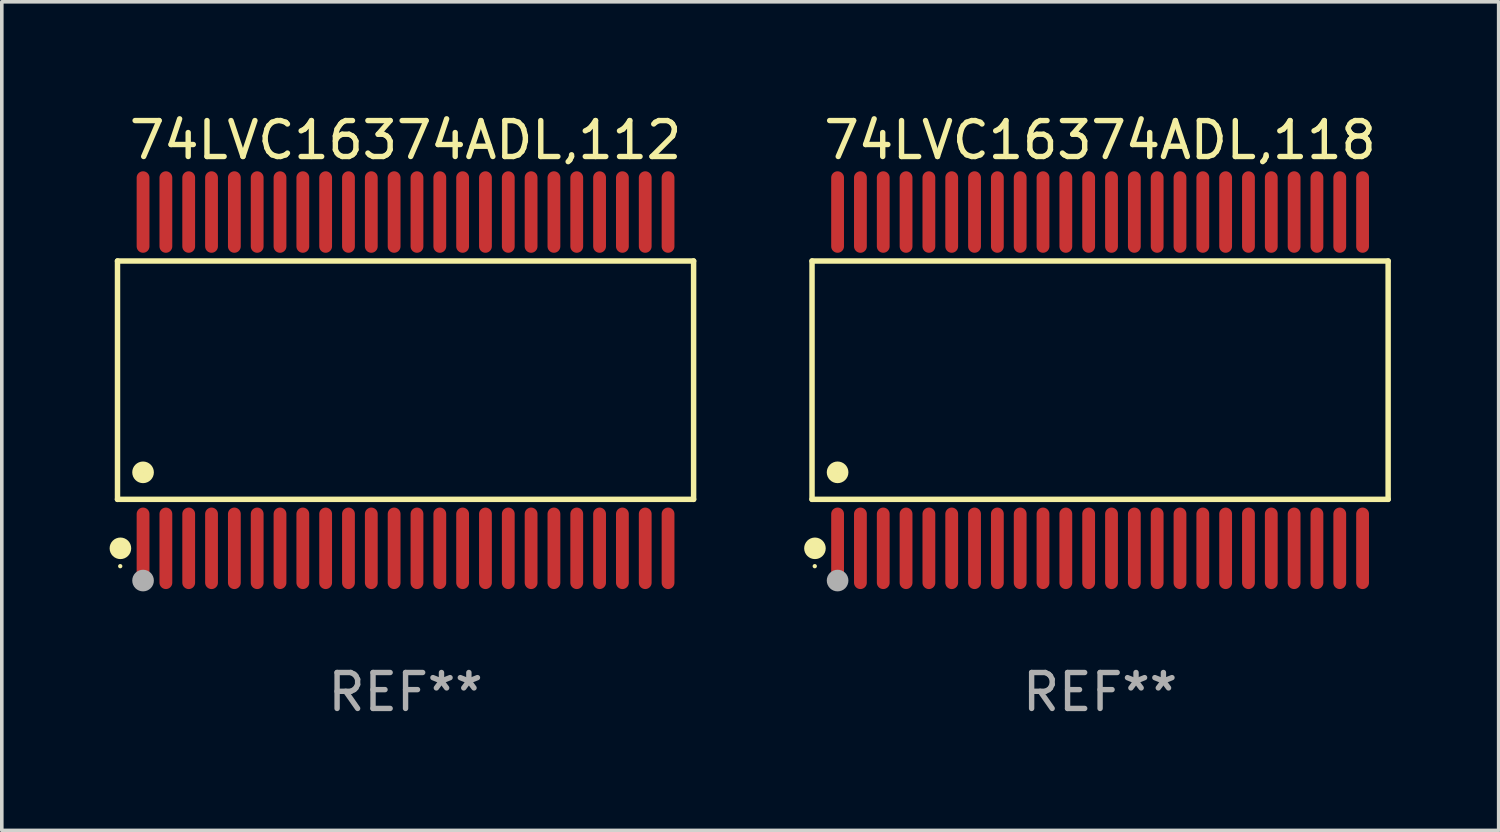
<source format=kicad_pcb>
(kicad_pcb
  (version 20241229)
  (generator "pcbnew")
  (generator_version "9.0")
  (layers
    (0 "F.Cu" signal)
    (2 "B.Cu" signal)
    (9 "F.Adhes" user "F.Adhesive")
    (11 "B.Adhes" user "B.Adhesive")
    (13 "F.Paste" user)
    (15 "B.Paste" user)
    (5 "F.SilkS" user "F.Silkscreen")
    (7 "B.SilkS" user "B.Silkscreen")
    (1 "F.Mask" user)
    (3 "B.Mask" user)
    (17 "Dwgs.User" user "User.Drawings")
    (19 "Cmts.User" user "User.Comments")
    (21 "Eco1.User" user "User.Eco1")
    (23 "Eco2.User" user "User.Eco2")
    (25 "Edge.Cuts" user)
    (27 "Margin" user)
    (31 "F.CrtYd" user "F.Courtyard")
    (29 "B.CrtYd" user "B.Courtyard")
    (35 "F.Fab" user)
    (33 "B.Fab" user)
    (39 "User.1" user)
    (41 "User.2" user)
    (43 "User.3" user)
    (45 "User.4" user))
  (footprint "74LVC16374ADL,118"
    (layer "F.Cu")
    (at 27.556 7.527)
    (property "Reference" "74LVC16374ADL,118" (at 0 -6.678 0) (layer "F.SilkS") (effects (font (size 1 1) (thickness 0.15))))
    (attr through_hole)
    (fp_line (start -8.014 -3.316) (end 8.014 -3.316) (stroke (width 0.152) (type solid)) (layer "F.SilkS"))
    (fp_line (start -8.014 3.316) (end -8.014 -3.316) (stroke (width 0.152) (type solid)) (layer "F.SilkS"))
    (fp_line (start 8.014 -3.316) (end 8.014 3.316) (stroke (width 0.152) (type solid)) (layer "F.SilkS"))
    (fp_line (start 8.014 3.316) (end -8.014 3.316) (stroke (width 0.152) (type solid)) (layer "F.SilkS"))
    (fp_circle (center -7.938 5.175) (end -7.908 5.175) (stroke (width 0.06) (type solid)) (fill no) (layer "F.SilkS"))
    (fp_circle (center -7.933 4.678) (end -7.783 4.678) (stroke (width 0.3) (type solid)) (fill no) (layer "F.SilkS"))
    (fp_circle (center -7.303 2.564) (end -7.152 2.564) (stroke (width 0.3) (type solid)) (fill no) (layer "F.SilkS"))
    (fp_circle (center -7.303 5.575) (end -7.152 5.575) (stroke (width 0.3) (type solid)) (fill no) (layer "F.Fab"))
    (fp_text user "REF**" (at 0 8.678 0) (layer "F.Fab") (effects (font (size 1 1) (thickness 0.15))))
    (pad "1" smd oval (at -7.303 4.678) (size 0.356 2.267) (layers "F.Cu" "F.Mask" "F.Paste"))
    (pad "2" smd oval (at -6.668 4.678) (size 0.356 2.267) (layers "F.Cu" "F.Mask" "F.Paste"))
    (pad "3" smd oval (at -6.033 4.678) (size 0.356 2.267) (layers "F.Cu" "F.Mask" "F.Paste"))
    (pad "4" smd oval (at -5.398 4.678) (size 0.356 2.267) (layers "F.Cu" "F.Mask" "F.Paste"))
    (pad "5" smd oval (at -4.763 4.678) (size 0.356 2.267) (layers "F.Cu" "F.Mask" "F.Paste"))
    (pad "6" smd oval (at -4.128 4.678) (size 0.356 2.267) (layers "F.Cu" "F.Mask" "F.Paste"))
    (pad "7" smd oval (at -3.493 4.678) (size 0.356 2.267) (layers "F.Cu" "F.Mask" "F.Paste"))
    (pad "8" smd oval (at -2.858 4.678) (size 0.356 2.267) (layers "F.Cu" "F.Mask" "F.Paste"))
    (pad "9" smd oval (at -2.223 4.678) (size 0.356 2.267) (layers "F.Cu" "F.Mask" "F.Paste"))
    (pad "10" smd oval (at -1.588 4.678) (size 0.356 2.267) (layers "F.Cu" "F.Mask" "F.Paste"))
    (pad "11" smd oval (at -0.953 4.678) (size 0.356 2.267) (layers "F.Cu" "F.Mask" "F.Paste"))
    (pad "12" smd oval (at -0.318 4.678) (size 0.356 2.267) (layers "F.Cu" "F.Mask" "F.Paste"))
    (pad "13" smd oval (at 0.318 4.678) (size 0.356 2.267) (layers "F.Cu" "F.Mask" "F.Paste"))
    (pad "14" smd oval (at 0.953 4.678) (size 0.356 2.267) (layers "F.Cu" "F.Mask" "F.Paste"))
    (pad "15" smd oval (at 1.588 4.678) (size 0.356 2.267) (layers "F.Cu" "F.Mask" "F.Paste"))
    (pad "16" smd oval (at 2.223 4.678) (size 0.356 2.267) (layers "F.Cu" "F.Mask" "F.Paste"))
    (pad "17" smd oval (at 2.858 4.678) (size 0.356 2.267) (layers "F.Cu" "F.Mask" "F.Paste"))
    (pad "18" smd oval (at 3.493 4.678) (size 0.356 2.267) (layers "F.Cu" "F.Mask" "F.Paste"))
    (pad "19" smd oval (at 4.128 4.678) (size 0.356 2.267) (layers "F.Cu" "F.Mask" "F.Paste"))
    (pad "20" smd oval (at 4.763 4.678) (size 0.356 2.267) (layers "F.Cu" "F.Mask" "F.Paste"))
    (pad "21" smd oval (at 5.398 4.678) (size 0.356 2.267) (layers "F.Cu" "F.Mask" "F.Paste"))
    (pad "22" smd oval (at 6.033 4.678) (size 0.356 2.267) (layers "F.Cu" "F.Mask" "F.Paste"))
    (pad "23" smd oval (at 6.668 4.678) (size 0.356 2.267) (layers "F.Cu" "F.Mask" "F.Paste"))
    (pad "24" smd oval (at 7.303 4.678) (size 0.356 2.267) (layers "F.Cu" "F.Mask" "F.Paste"))
    (pad "25" smd oval (at 7.303 -4.678) (size 0.356 2.267) (layers "F.Cu" "F.Mask" "F.Paste"))
    (pad "26" smd oval (at 6.668 -4.678) (size 0.356 2.267) (layers "F.Cu" "F.Mask" "F.Paste"))
    (pad "27" smd oval (at 6.033 -4.678) (size 0.356 2.267) (layers "F.Cu" "F.Mask" "F.Paste"))
    (pad "28" smd oval (at 5.398 -4.678) (size 0.356 2.267) (layers "F.Cu" "F.Mask" "F.Paste"))
    (pad "29" smd oval (at 4.763 -4.678) (size 0.356 2.267) (layers "F.Cu" "F.Mask" "F.Paste"))
    (pad "30" smd oval (at 4.128 -4.678) (size 0.356 2.267) (layers "F.Cu" "F.Mask" "F.Paste"))
    (pad "31" smd oval (at 3.493 -4.678) (size 0.356 2.267) (layers "F.Cu" "F.Mask" "F.Paste"))
    (pad "32" smd oval (at 2.858 -4.678) (size 0.356 2.267) (layers "F.Cu" "F.Mask" "F.Paste"))
    (pad "33" smd oval (at 2.223 -4.678) (size 0.356 2.267) (layers "F.Cu" "F.Mask" "F.Paste"))
    (pad "34" smd oval (at 1.588 -4.678) (size 0.356 2.267) (layers "F.Cu" "F.Mask" "F.Paste"))
    (pad "35" smd oval (at 0.953 -4.678) (size 0.356 2.267) (layers "F.Cu" "F.Mask" "F.Paste"))
    (pad "36" smd oval (at 0.318 -4.678) (size 0.356 2.267) (layers "F.Cu" "F.Mask" "F.Paste"))
    (pad "37" smd oval (at -0.318 -4.678) (size 0.356 2.267) (layers "F.Cu" "F.Mask" "F.Paste"))
    (pad "38" smd oval (at -0.953 -4.678) (size 0.356 2.267) (layers "F.Cu" "F.Mask" "F.Paste"))
    (pad "39" smd oval (at -1.588 -4.678) (size 0.356 2.267) (layers "F.Cu" "F.Mask" "F.Paste"))
    (pad "40" smd oval (at -2.223 -4.678) (size 0.356 2.267) (layers "F.Cu" "F.Mask" "F.Paste"))
    (pad "41" smd oval (at -2.858 -4.678) (size 0.356 2.267) (layers "F.Cu" "F.Mask" "F.Paste"))
    (pad "42" smd oval (at -3.493 -4.678) (size 0.356 2.267) (layers "F.Cu" "F.Mask" "F.Paste"))
    (pad "43" smd oval (at -4.128 -4.678) (size 0.356 2.267) (layers "F.Cu" "F.Mask" "F.Paste"))
    (pad "44" smd oval (at -4.763 -4.678) (size 0.356 2.267) (layers "F.Cu" "F.Mask" "F.Paste"))
    (pad "45" smd oval (at -5.398 -4.678) (size 0.356 2.267) (layers "F.Cu" "F.Mask" "F.Paste"))
    (pad "46" smd oval (at -6.033 -4.678) (size 0.356 2.267) (layers "F.Cu" "F.Mask" "F.Paste"))
    (pad "47" smd oval (at -6.668 -4.678) (size 0.356 2.267) (layers "F.Cu" "F.Mask" "F.Paste"))
    (pad "48" smd oval (at -7.303 -4.678) (size 0.356 2.267) (layers "F.Cu" "F.Mask" "F.Paste")))
  (footprint "74LVC16374ADL,112"
    (layer "F.Cu")
    (at 8.233 7.527)
    (property "Reference" "74LVC16374ADL,112" (at 0 -6.678 0) (layer "F.SilkS") (effects (font (size 1 1) (thickness 0.15))))
    (attr through_hole)
    (fp_line (start -8.014 -3.316) (end 8.014 -3.316) (stroke (width 0.152) (type solid)) (layer "F.SilkS"))
    (fp_line (start -8.014 3.316) (end -8.014 -3.316) (stroke (width 0.152) (type solid)) (layer "F.SilkS"))
    (fp_line (start 8.014 -3.316) (end 8.014 3.316) (stroke (width 0.152) (type solid)) (layer "F.SilkS"))
    (fp_line (start 8.014 3.316) (end -8.014 3.316) (stroke (width 0.152) (type solid)) (layer "F.SilkS"))
    (fp_circle (center -7.938 5.175) (end -7.908 5.175) (stroke (width 0.06) (type solid)) (fill no) (layer "F.SilkS"))
    (fp_circle (center -7.933 4.678) (end -7.783 4.678) (stroke (width 0.3) (type solid)) (fill no) (layer "F.SilkS"))
    (fp_circle (center -7.303 2.564) (end -7.152 2.564) (stroke (width 0.3) (type solid)) (fill no) (layer "F.SilkS"))
    (fp_circle (center -7.303 5.575) (end -7.152 5.575) (stroke (width 0.3) (type solid)) (fill no) (layer "F.Fab"))
    (fp_text user "REF**" (at 0 8.678 0) (layer "F.Fab") (effects (font (size 1 1) (thickness 0.15))))
    (pad "1" smd oval (at -7.303 4.678) (size 0.356 2.267) (layers "F.Cu" "F.Mask" "F.Paste"))
    (pad "2" smd oval (at -6.668 4.678) (size 0.356 2.267) (layers "F.Cu" "F.Mask" "F.Paste"))
    (pad "3" smd oval (at -6.033 4.678) (size 0.356 2.267) (layers "F.Cu" "F.Mask" "F.Paste"))
    (pad "4" smd oval (at -5.398 4.678) (size 0.356 2.267) (layers "F.Cu" "F.Mask" "F.Paste"))
    (pad "5" smd oval (at -4.763 4.678) (size 0.356 2.267) (layers "F.Cu" "F.Mask" "F.Paste"))
    (pad "6" smd oval (at -4.128 4.678) (size 0.356 2.267) (layers "F.Cu" "F.Mask" "F.Paste"))
    (pad "7" smd oval (at -3.493 4.678) (size 0.356 2.267) (layers "F.Cu" "F.Mask" "F.Paste"))
    (pad "8" smd oval (at -2.858 4.678) (size 0.356 2.267) (layers "F.Cu" "F.Mask" "F.Paste"))
    (pad "9" smd oval (at -2.223 4.678) (size 0.356 2.267) (layers "F.Cu" "F.Mask" "F.Paste"))
    (pad "10" smd oval (at -1.588 4.678) (size 0.356 2.267) (layers "F.Cu" "F.Mask" "F.Paste"))
    (pad "11" smd oval (at -0.953 4.678) (size 0.356 2.267) (layers "F.Cu" "F.Mask" "F.Paste"))
    (pad "12" smd oval (at -0.318 4.678) (size 0.356 2.267) (layers "F.Cu" "F.Mask" "F.Paste"))
    (pad "13" smd oval (at 0.318 4.678) (size 0.356 2.267) (layers "F.Cu" "F.Mask" "F.Paste"))
    (pad "14" smd oval (at 0.953 4.678) (size 0.356 2.267) (layers "F.Cu" "F.Mask" "F.Paste"))
    (pad "15" smd oval (at 1.588 4.678) (size 0.356 2.267) (layers "F.Cu" "F.Mask" "F.Paste"))
    (pad "16" smd oval (at 2.223 4.678) (size 0.356 2.267) (layers "F.Cu" "F.Mask" "F.Paste"))
    (pad "17" smd oval (at 2.858 4.678) (size 0.356 2.267) (layers "F.Cu" "F.Mask" "F.Paste"))
    (pad "18" smd oval (at 3.493 4.678) (size 0.356 2.267) (layers "F.Cu" "F.Mask" "F.Paste"))
    (pad "19" smd oval (at 4.128 4.678) (size 0.356 2.267) (layers "F.Cu" "F.Mask" "F.Paste"))
    (pad "20" smd oval (at 4.763 4.678) (size 0.356 2.267) (layers "F.Cu" "F.Mask" "F.Paste"))
    (pad "21" smd oval (at 5.398 4.678) (size 0.356 2.267) (layers "F.Cu" "F.Mask" "F.Paste"))
    (pad "22" smd oval (at 6.033 4.678) (size 0.356 2.267) (layers "F.Cu" "F.Mask" "F.Paste"))
    (pad "23" smd oval (at 6.668 4.678) (size 0.356 2.267) (layers "F.Cu" "F.Mask" "F.Paste"))
    (pad "24" smd oval (at 7.303 4.678) (size 0.356 2.267) (layers "F.Cu" "F.Mask" "F.Paste"))
    (pad "25" smd oval (at 7.303 -4.678) (size 0.356 2.267) (layers "F.Cu" "F.Mask" "F.Paste"))
    (pad "26" smd oval (at 6.668 -4.678) (size 0.356 2.267) (layers "F.Cu" "F.Mask" "F.Paste"))
    (pad "27" smd oval (at 6.033 -4.678) (size 0.356 2.267) (layers "F.Cu" "F.Mask" "F.Paste"))
    (pad "28" smd oval (at 5.398 -4.678) (size 0.356 2.267) (layers "F.Cu" "F.Mask" "F.Paste"))
    (pad "29" smd oval (at 4.763 -4.678) (size 0.356 2.267) (layers "F.Cu" "F.Mask" "F.Paste"))
    (pad "30" smd oval (at 4.128 -4.678) (size 0.356 2.267) (layers "F.Cu" "F.Mask" "F.Paste"))
    (pad "31" smd oval (at 3.493 -4.678) (size 0.356 2.267) (layers "F.Cu" "F.Mask" "F.Paste"))
    (pad "32" smd oval (at 2.858 -4.678) (size 0.356 2.267) (layers "F.Cu" "F.Mask" "F.Paste"))
    (pad "33" smd oval (at 2.223 -4.678) (size 0.356 2.267) (layers "F.Cu" "F.Mask" "F.Paste"))
    (pad "34" smd oval (at 1.588 -4.678) (size 0.356 2.267) (layers "F.Cu" "F.Mask" "F.Paste"))
    (pad "35" smd oval (at 0.953 -4.678) (size 0.356 2.267) (layers "F.Cu" "F.Mask" "F.Paste"))
    (pad "36" smd oval (at 0.318 -4.678) (size 0.356 2.267) (layers "F.Cu" "F.Mask" "F.Paste"))
    (pad "37" smd oval (at -0.318 -4.678) (size 0.356 2.267) (layers "F.Cu" "F.Mask" "F.Paste"))
    (pad "38" smd oval (at -0.953 -4.678) (size 0.356 2.267) (layers "F.Cu" "F.Mask" "F.Paste"))
    (pad "39" smd oval (at -1.588 -4.678) (size 0.356 2.267) (layers "F.Cu" "F.Mask" "F.Paste"))
    (pad "40" smd oval (at -2.223 -4.678) (size 0.356 2.267) (layers "F.Cu" "F.Mask" "F.Paste"))
    (pad "41" smd oval (at -2.858 -4.678) (size 0.356 2.267) (layers "F.Cu" "F.Mask" "F.Paste"))
    (pad "42" smd oval (at -3.493 -4.678) (size 0.356 2.267) (layers "F.Cu" "F.Mask" "F.Paste"))
    (pad "43" smd oval (at -4.128 -4.678) (size 0.356 2.267) (layers "F.Cu" "F.Mask" "F.Paste"))
    (pad "44" smd oval (at -4.763 -4.678) (size 0.356 2.267) (layers "F.Cu" "F.Mask" "F.Paste"))
    (pad "45" smd oval (at -5.398 -4.678) (size 0.356 2.267) (layers "F.Cu" "F.Mask" "F.Paste"))
    (pad "46" smd oval (at -6.033 -4.678) (size 0.356 2.267) (layers "F.Cu" "F.Mask" "F.Paste"))
    (pad "47" smd oval (at -6.668 -4.678) (size 0.356 2.267) (layers "F.Cu" "F.Mask" "F.Paste"))
    (pad "48" smd oval (at -7.303 -4.678) (size 0.356 2.267) (layers "F.Cu" "F.Mask" "F.Paste")))
  (gr_rect
    (start -3 -3)
    (end 38.645 20.053)
    (stroke (width 0.1) (type default))
    (fill no)
    (layer "Edge.Cuts")))
</source>
